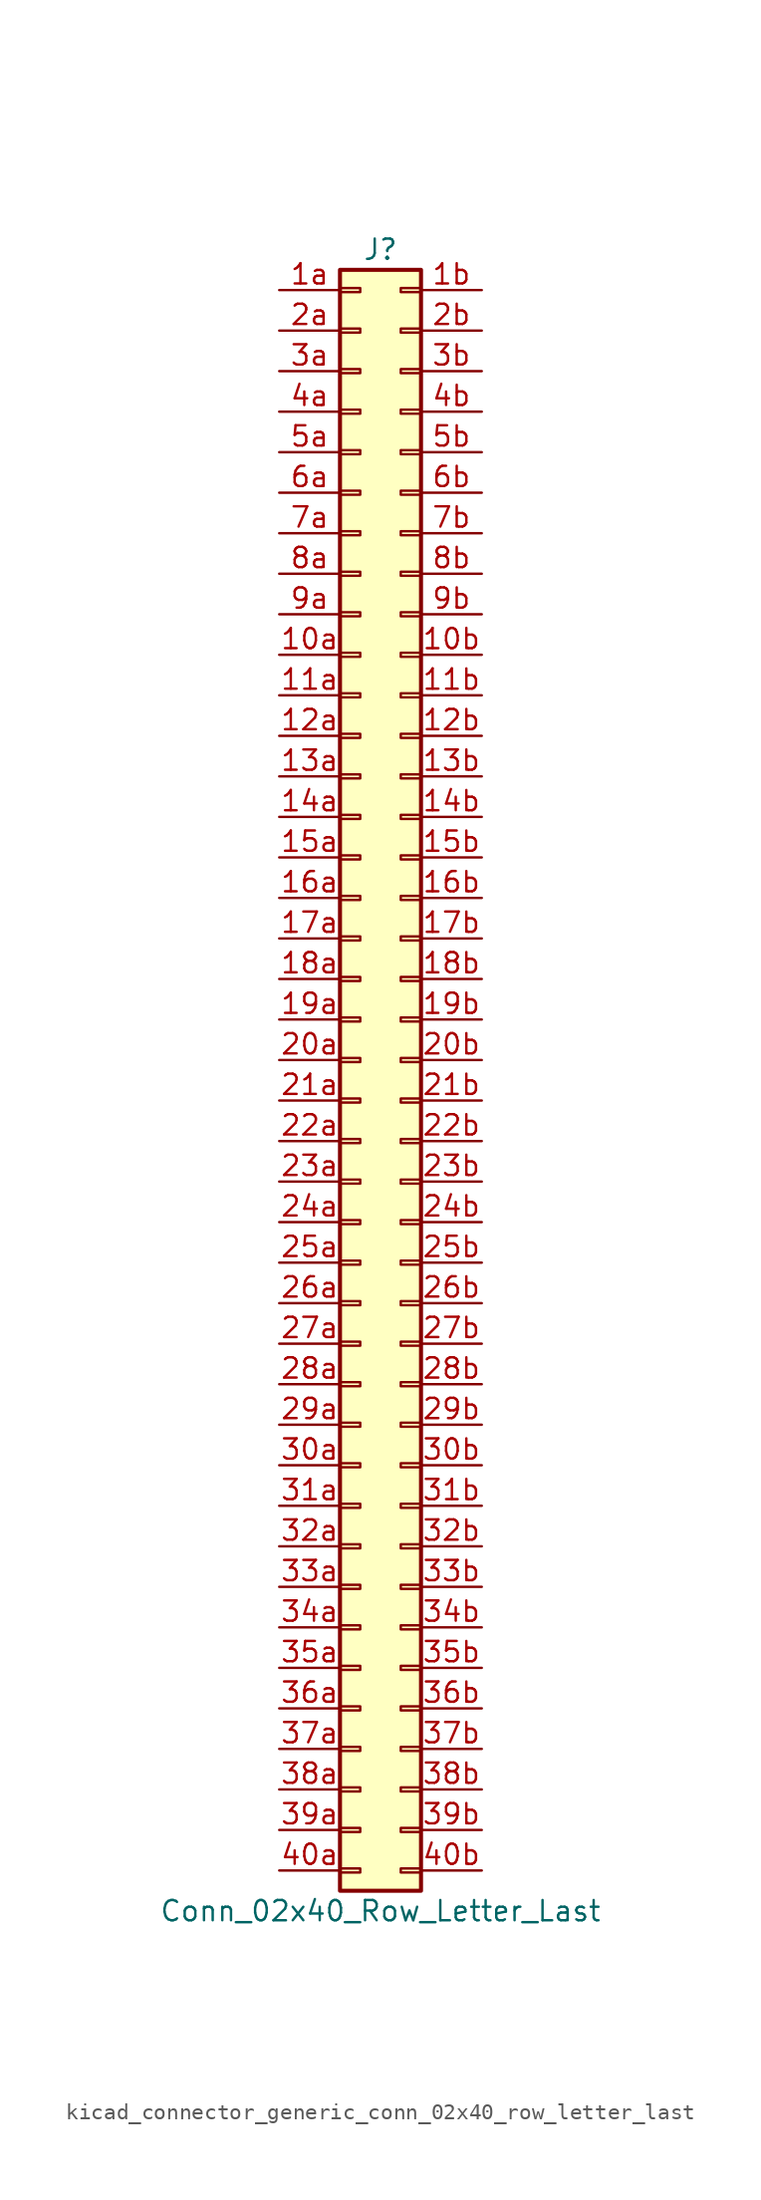
<source format=kicad_sym>
(kicad_symbol_lib
  (version 20220914)
  (generator kicad_symbol_editor)
  (symbol "kicad_connector_generic_conn_02x40_row_letter_last"
    (pin_names
      (offset 1.016) hide)
    (property "Reference" "J"
      (at 1.27 50.8 0)
      (effects (font (size 1.27 1.27))))
    (property "Value" "Conn_02x40_Row_Letter_Last"
      (at 1.27 -53.34 0)
      (effects (font (size 1.27 1.27))))
    (symbol "kicad_connector_generic_conn_02x40_row_letter_last_1_1"
      (rectangle (start -1.27 -50.673) (end 0 -50.927) (stroke (width 0.152) (type default)) (fill (type none)))
      (rectangle (start -1.27 -48.133) (end 0 -48.387) (stroke (width 0.152) (type default)) (fill (type none)))
      (rectangle (start -1.27 -45.593) (end 0 -45.847) (stroke (width 0.152) (type default)) (fill (type none)))
      (rectangle (start -1.27 -43.053) (end 0 -43.307) (stroke (width 0.152) (type default)) (fill (type none)))
      (rectangle (start -1.27 -40.513) (end 0 -40.767) (stroke (width 0.152) (type default)) (fill (type none)))
      (rectangle (start -1.27 -37.973) (end 0 -38.227) (stroke (width 0.152) (type default)) (fill (type none)))
      (rectangle (start -1.27 -35.433) (end 0 -35.687) (stroke (width 0.152) (type default)) (fill (type none)))
      (rectangle (start -1.27 -32.893) (end 0 -33.147) (stroke (width 0.152) (type default)) (fill (type none)))
      (rectangle (start -1.27 -30.353) (end 0 -30.607) (stroke (width 0.152) (type default)) (fill (type none)))
      (rectangle (start -1.27 -27.813) (end 0 -28.067) (stroke (width 0.152) (type default)) (fill (type none)))
      (rectangle (start -1.27 -25.273) (end 0 -25.527) (stroke (width 0.152) (type default)) (fill (type none)))
      (rectangle (start -1.27 -22.733) (end 0 -22.987) (stroke (width 0.152) (type default)) (fill (type none)))
      (rectangle (start -1.27 -20.193) (end 0 -20.447) (stroke (width 0.152) (type default)) (fill (type none)))
      (rectangle (start -1.27 -17.653) (end 0 -17.907) (stroke (width 0.152) (type default)) (fill (type none)))
      (rectangle (start -1.27 -15.113) (end 0 -15.367) (stroke (width 0.152) (type default)) (fill (type none)))
      (rectangle (start -1.27 -12.573) (end 0 -12.827) (stroke (width 0.152) (type default)) (fill (type none)))
      (rectangle (start -1.27 -10.033) (end 0 -10.287) (stroke (width 0.152) (type default)) (fill (type none)))
      (rectangle (start -1.27 -7.493) (end 0 -7.747) (stroke (width 0.152) (type default)) (fill (type none)))
      (rectangle (start -1.27 -4.953) (end 0 -5.207) (stroke (width 0.152) (type default)) (fill (type none)))
      (rectangle (start -1.27 -2.413) (end 0 -2.667) (stroke (width 0.152) (type default)) (fill (type none)))
      (rectangle (start -1.27 0.127) (end 0 -0.127) (stroke (width 0.152) (type default)) (fill (type none)))
      (rectangle (start -1.27 2.667) (end 0 2.413) (stroke (width 0.152) (type default)) (fill (type none)))
      (rectangle (start -1.27 5.207) (end 0 4.953) (stroke (width 0.152) (type default)) (fill (type none)))
      (rectangle (start -1.27 7.747) (end 0 7.493) (stroke (width 0.152) (type default)) (fill (type none)))
      (rectangle (start -1.27 10.287) (end 0 10.033) (stroke (width 0.152) (type default)) (fill (type none)))
      (rectangle (start -1.27 12.827) (end 0 12.573) (stroke (width 0.152) (type default)) (fill (type none)))
      (rectangle (start -1.27 15.367) (end 0 15.113) (stroke (width 0.152) (type default)) (fill (type none)))
      (rectangle (start -1.27 17.907) (end 0 17.653) (stroke (width 0.152) (type default)) (fill (type none)))
      (rectangle (start -1.27 20.447) (end 0 20.193) (stroke (width 0.152) (type default)) (fill (type none)))
      (rectangle (start -1.27 22.987) (end 0 22.733) (stroke (width 0.152) (type default)) (fill (type none)))
      (rectangle (start -1.27 25.527) (end 0 25.273) (stroke (width 0.152) (type default)) (fill (type none)))
      (rectangle (start -1.27 28.067) (end 0 27.813) (stroke (width 0.152) (type default)) (fill (type none)))
      (rectangle (start -1.27 30.607) (end 0 30.353) (stroke (width 0.152) (type default)) (fill (type none)))
      (rectangle (start -1.27 33.147) (end 0 32.893) (stroke (width 0.152) (type default)) (fill (type none)))
      (rectangle (start -1.27 35.687) (end 0 35.433) (stroke (width 0.152) (type default)) (fill (type none)))
      (rectangle (start -1.27 38.227) (end 0 37.973) (stroke (width 0.152) (type default)) (fill (type none)))
      (rectangle (start -1.27 40.767) (end 0 40.513) (stroke (width 0.152) (type default)) (fill (type none)))
      (rectangle (start -1.27 43.307) (end 0 43.053) (stroke (width 0.152) (type default)) (fill (type none)))
      (rectangle (start -1.27 45.847) (end 0 45.593) (stroke (width 0.152) (type default)) (fill (type none)))
      (rectangle (start -1.27 48.387) (end 0 48.133) (stroke (width 0.152) (type default)) (fill (type none)))
      (rectangle (start -1.27 49.53) (end 3.81 -52.07) (stroke (width 0.254) (type default)) (fill (type background)))
      (rectangle (start 3.81 -50.673) (end 2.54 -50.927) (stroke (width 0.152) (type default)) (fill (type none)))
      (rectangle (start 3.81 -48.133) (end 2.54 -48.387) (stroke (width 0.152) (type default)) (fill (type none)))
      (rectangle (start 3.81 -45.593) (end 2.54 -45.847) (stroke (width 0.152) (type default)) (fill (type none)))
      (rectangle (start 3.81 -43.053) (end 2.54 -43.307) (stroke (width 0.152) (type default)) (fill (type none)))
      (rectangle (start 3.81 -40.513) (end 2.54 -40.767) (stroke (width 0.152) (type default)) (fill (type none)))
      (rectangle (start 3.81 -37.973) (end 2.54 -38.227) (stroke (width 0.152) (type default)) (fill (type none)))
      (rectangle (start 3.81 -35.433) (end 2.54 -35.687) (stroke (width 0.152) (type default)) (fill (type none)))
      (rectangle (start 3.81 -32.893) (end 2.54 -33.147) (stroke (width 0.152) (type default)) (fill (type none)))
      (rectangle (start 3.81 -30.353) (end 2.54 -30.607) (stroke (width 0.152) (type default)) (fill (type none)))
      (rectangle (start 3.81 -27.813) (end 2.54 -28.067) (stroke (width 0.152) (type default)) (fill (type none)))
      (rectangle (start 3.81 -25.273) (end 2.54 -25.527) (stroke (width 0.152) (type default)) (fill (type none)))
      (rectangle (start 3.81 -22.733) (end 2.54 -22.987) (stroke (width 0.152) (type default)) (fill (type none)))
      (rectangle (start 3.81 -20.193) (end 2.54 -20.447) (stroke (width 0.152) (type default)) (fill (type none)))
      (rectangle (start 3.81 -17.653) (end 2.54 -17.907) (stroke (width 0.152) (type default)) (fill (type none)))
      (rectangle (start 3.81 -15.113) (end 2.54 -15.367) (stroke (width 0.152) (type default)) (fill (type none)))
      (rectangle (start 3.81 -12.573) (end 2.54 -12.827) (stroke (width 0.152) (type default)) (fill (type none)))
      (rectangle (start 3.81 -10.033) (end 2.54 -10.287) (stroke (width 0.152) (type default)) (fill (type none)))
      (rectangle (start 3.81 -7.493) (end 2.54 -7.747) (stroke (width 0.152) (type default)) (fill (type none)))
      (rectangle (start 3.81 -4.953) (end 2.54 -5.207) (stroke (width 0.152) (type default)) (fill (type none)))
      (rectangle (start 3.81 -2.413) (end 2.54 -2.667) (stroke (width 0.152) (type default)) (fill (type none)))
      (rectangle (start 3.81 0.127) (end 2.54 -0.127) (stroke (width 0.152) (type default)) (fill (type none)))
      (rectangle (start 3.81 2.667) (end 2.54 2.413) (stroke (width 0.152) (type default)) (fill (type none)))
      (rectangle (start 3.81 5.207) (end 2.54 4.953) (stroke (width 0.152) (type default)) (fill (type none)))
      (rectangle (start 3.81 7.747) (end 2.54 7.493) (stroke (width 0.152) (type default)) (fill (type none)))
      (rectangle (start 3.81 10.287) (end 2.54 10.033) (stroke (width 0.152) (type default)) (fill (type none)))
      (rectangle (start 3.81 12.827) (end 2.54 12.573) (stroke (width 0.152) (type default)) (fill (type none)))
      (rectangle (start 3.81 15.367) (end 2.54 15.113) (stroke (width 0.152) (type default)) (fill (type none)))
      (rectangle (start 3.81 17.907) (end 2.54 17.653) (stroke (width 0.152) (type default)) (fill (type none)))
      (rectangle (start 3.81 20.447) (end 2.54 20.193) (stroke (width 0.152) (type default)) (fill (type none)))
      (rectangle (start 3.81 22.987) (end 2.54 22.733) (stroke (width 0.152) (type default)) (fill (type none)))
      (rectangle (start 3.81 25.527) (end 2.54 25.273) (stroke (width 0.152) (type default)) (fill (type none)))
      (rectangle (start 3.81 28.067) (end 2.54 27.813) (stroke (width 0.152) (type default)) (fill (type none)))
      (rectangle (start 3.81 30.607) (end 2.54 30.353) (stroke (width 0.152) (type default)) (fill (type none)))
      (rectangle (start 3.81 33.147) (end 2.54 32.893) (stroke (width 0.152) (type default)) (fill (type none)))
      (rectangle (start 3.81 35.687) (end 2.54 35.433) (stroke (width 0.152) (type default)) (fill (type none)))
      (rectangle (start 3.81 38.227) (end 2.54 37.973) (stroke (width 0.152) (type default)) (fill (type none)))
      (rectangle (start 3.81 40.767) (end 2.54 40.513) (stroke (width 0.152) (type default)) (fill (type none)))
      (rectangle (start 3.81 43.307) (end 2.54 43.053) (stroke (width 0.152) (type default)) (fill (type none)))
      (rectangle (start 3.81 45.847) (end 2.54 45.593) (stroke (width 0.152) (type default)) (fill (type none)))
      (rectangle (start 3.81 48.387) (end 2.54 48.133) (stroke (width 0.152) (type default)) (fill (type none)))
      (pin passive line (at -5.08 25.4 0) (length 3.81) (name "Pin_10a" (effects (font (size 1.27 1.27)))) (number "10a" (effects (font (size 1.27 1.27)))))
      (pin passive line (at 7.62 25.4 180) (length 3.81) (name "Pin_10b" (effects (font (size 1.27 1.27)))) (number "10b" (effects (font (size 1.27 1.27)))))
      (pin passive line (at -5.08 22.86 0) (length 3.81) (name "Pin_11a" (effects (font (size 1.27 1.27)))) (number "11a" (effects (font (size 1.27 1.27)))))
      (pin passive line (at 7.62 22.86 180) (length 3.81) (name "Pin_11b" (effects (font (size 1.27 1.27)))) (number "11b" (effects (font (size 1.27 1.27)))))
      (pin passive line (at -5.08 20.32 0) (length 3.81) (name "Pin_12a" (effects (font (size 1.27 1.27)))) (number "12a" (effects (font (size 1.27 1.27)))))
      (pin passive line (at 7.62 20.32 180) (length 3.81) (name "Pin_12b" (effects (font (size 1.27 1.27)))) (number "12b" (effects (font (size 1.27 1.27)))))
      (pin passive line (at -5.08 17.78 0) (length 3.81) (name "Pin_13a" (effects (font (size 1.27 1.27)))) (number "13a" (effects (font (size 1.27 1.27)))))
      (pin passive line (at 7.62 17.78 180) (length 3.81) (name "Pin_13b" (effects (font (size 1.27 1.27)))) (number "13b" (effects (font (size 1.27 1.27)))))
      (pin passive line (at -5.08 15.24 0) (length 3.81) (name "Pin_14a" (effects (font (size 1.27 1.27)))) (number "14a" (effects (font (size 1.27 1.27)))))
      (pin passive line (at 7.62 15.24 180) (length 3.81) (name "Pin_14b" (effects (font (size 1.27 1.27)))) (number "14b" (effects (font (size 1.27 1.27)))))
      (pin passive line (at -5.08 12.7 0) (length 3.81) (name "Pin_15a" (effects (font (size 1.27 1.27)))) (number "15a" (effects (font (size 1.27 1.27)))))
      (pin passive line (at 7.62 12.7 180) (length 3.81) (name "Pin_15b" (effects (font (size 1.27 1.27)))) (number "15b" (effects (font (size 1.27 1.27)))))
      (pin passive line (at -5.08 10.16 0) (length 3.81) (name "Pin_16a" (effects (font (size 1.27 1.27)))) (number "16a" (effects (font (size 1.27 1.27)))))
      (pin passive line (at 7.62 10.16 180) (length 3.81) (name "Pin_16b" (effects (font (size 1.27 1.27)))) (number "16b" (effects (font (size 1.27 1.27)))))
      (pin passive line (at -5.08 7.62 0) (length 3.81) (name "Pin_17a" (effects (font (size 1.27 1.27)))) (number "17a" (effects (font (size 1.27 1.27)))))
      (pin passive line (at 7.62 7.62 180) (length 3.81) (name "Pin_17b" (effects (font (size 1.27 1.27)))) (number "17b" (effects (font (size 1.27 1.27)))))
      (pin passive line (at -5.08 5.08 0) (length 3.81) (name "Pin_18a" (effects (font (size 1.27 1.27)))) (number "18a" (effects (font (size 1.27 1.27)))))
      (pin passive line (at 7.62 5.08 180) (length 3.81) (name "Pin_18b" (effects (font (size 1.27 1.27)))) (number "18b" (effects (font (size 1.27 1.27)))))
      (pin passive line (at -5.08 2.54 0) (length 3.81) (name "Pin_19a" (effects (font (size 1.27 1.27)))) (number "19a" (effects (font (size 1.27 1.27)))))
      (pin passive line (at 7.62 2.54 180) (length 3.81) (name "Pin_19b" (effects (font (size 1.27 1.27)))) (number "19b" (effects (font (size 1.27 1.27)))))
      (pin passive line (at -5.08 48.26 0) (length 3.81) (name "Pin_1a" (effects (font (size 1.27 1.27)))) (number "1a" (effects (font (size 1.27 1.27)))))
      (pin passive line (at 7.62 48.26 180) (length 3.81) (name "Pin_1b" (effects (font (size 1.27 1.27)))) (number "1b" (effects (font (size 1.27 1.27)))))
      (pin passive line (at -5.08 0 0) (length 3.81) (name "Pin_20a" (effects (font (size 1.27 1.27)))) (number "20a" (effects (font (size 1.27 1.27)))))
      (pin passive line (at 7.62 0 180) (length 3.81) (name "Pin_20b" (effects (font (size 1.27 1.27)))) (number "20b" (effects (font (size 1.27 1.27)))))
      (pin passive line (at -5.08 -2.54 0) (length 3.81) (name "Pin_21a" (effects (font (size 1.27 1.27)))) (number "21a" (effects (font (size 1.27 1.27)))))
      (pin passive line (at 7.62 -2.54 180) (length 3.81) (name "Pin_21b" (effects (font (size 1.27 1.27)))) (number "21b" (effects (font (size 1.27 1.27)))))
      (pin passive line (at -5.08 -5.08 0) (length 3.81) (name "Pin_22a" (effects (font (size 1.27 1.27)))) (number "22a" (effects (font (size 1.27 1.27)))))
      (pin passive line (at 7.62 -5.08 180) (length 3.81) (name "Pin_22b" (effects (font (size 1.27 1.27)))) (number "22b" (effects (font (size 1.27 1.27)))))
      (pin passive line (at -5.08 -7.62 0) (length 3.81) (name "Pin_23a" (effects (font (size 1.27 1.27)))) (number "23a" (effects (font (size 1.27 1.27)))))
      (pin passive line (at 7.62 -7.62 180) (length 3.81) (name "Pin_23b" (effects (font (size 1.27 1.27)))) (number "23b" (effects (font (size 1.27 1.27)))))
      (pin passive line (at -5.08 -10.16 0) (length 3.81) (name "Pin_24a" (effects (font (size 1.27 1.27)))) (number "24a" (effects (font (size 1.27 1.27)))))
      (pin passive line (at 7.62 -10.16 180) (length 3.81) (name "Pin_24b" (effects (font (size 1.27 1.27)))) (number "24b" (effects (font (size 1.27 1.27)))))
      (pin passive line (at -5.08 -12.7 0) (length 3.81) (name "Pin_25a" (effects (font (size 1.27 1.27)))) (number "25a" (effects (font (size 1.27 1.27)))))
      (pin passive line (at 7.62 -12.7 180) (length 3.81) (name "Pin_25b" (effects (font (size 1.27 1.27)))) (number "25b" (effects (font (size 1.27 1.27)))))
      (pin passive line (at -5.08 -15.24 0) (length 3.81) (name "Pin_26a" (effects (font (size 1.27 1.27)))) (number "26a" (effects (font (size 1.27 1.27)))))
      (pin passive line (at 7.62 -15.24 180) (length 3.81) (name "Pin_26b" (effects (font (size 1.27 1.27)))) (number "26b" (effects (font (size 1.27 1.27)))))
      (pin passive line (at -5.08 -17.78 0) (length 3.81) (name "Pin_27a" (effects (font (size 1.27 1.27)))) (number "27a" (effects (font (size 1.27 1.27)))))
      (pin passive line (at 7.62 -17.78 180) (length 3.81) (name "Pin_27b" (effects (font (size 1.27 1.27)))) (number "27b" (effects (font (size 1.27 1.27)))))
      (pin passive line (at -5.08 -20.32 0) (length 3.81) (name "Pin_28a" (effects (font (size 1.27 1.27)))) (number "28a" (effects (font (size 1.27 1.27)))))
      (pin passive line (at 7.62 -20.32 180) (length 3.81) (name "Pin_28b" (effects (font (size 1.27 1.27)))) (number "28b" (effects (font (size 1.27 1.27)))))
      (pin passive line (at -5.08 -22.86 0) (length 3.81) (name "Pin_29a" (effects (font (size 1.27 1.27)))) (number "29a" (effects (font (size 1.27 1.27)))))
      (pin passive line (at 7.62 -22.86 180) (length 3.81) (name "Pin_29b" (effects (font (size 1.27 1.27)))) (number "29b" (effects (font (size 1.27 1.27)))))
      (pin passive line (at -5.08 45.72 0) (length 3.81) (name "Pin_2a" (effects (font (size 1.27 1.27)))) (number "2a" (effects (font (size 1.27 1.27)))))
      (pin passive line (at 7.62 45.72 180) (length 3.81) (name "Pin_2b" (effects (font (size 1.27 1.27)))) (number "2b" (effects (font (size 1.27 1.27)))))
      (pin passive line (at -5.08 -25.4 0) (length 3.81) (name "Pin_30a" (effects (font (size 1.27 1.27)))) (number "30a" (effects (font (size 1.27 1.27)))))
      (pin passive line (at 7.62 -25.4 180) (length 3.81) (name "Pin_30b" (effects (font (size 1.27 1.27)))) (number "30b" (effects (font (size 1.27 1.27)))))
      (pin passive line (at -5.08 -27.94 0) (length 3.81) (name "Pin_31a" (effects (font (size 1.27 1.27)))) (number "31a" (effects (font (size 1.27 1.27)))))
      (pin passive line (at 7.62 -27.94 180) (length 3.81) (name "Pin_31b" (effects (font (size 1.27 1.27)))) (number "31b" (effects (font (size 1.27 1.27)))))
      (pin passive line (at -5.08 -30.48 0) (length 3.81) (name "Pin_32a" (effects (font (size 1.27 1.27)))) (number "32a" (effects (font (size 1.27 1.27)))))
      (pin passive line (at 7.62 -30.48 180) (length 3.81) (name "Pin_32b" (effects (font (size 1.27 1.27)))) (number "32b" (effects (font (size 1.27 1.27)))))
      (pin passive line (at -5.08 -33.02 0) (length 3.81) (name "Pin_33a" (effects (font (size 1.27 1.27)))) (number "33a" (effects (font (size 1.27 1.27)))))
      (pin passive line (at 7.62 -33.02 180) (length 3.81) (name "Pin_33b" (effects (font (size 1.27 1.27)))) (number "33b" (effects (font (size 1.27 1.27)))))
      (pin passive line (at -5.08 -35.56 0) (length 3.81) (name "Pin_34a" (effects (font (size 1.27 1.27)))) (number "34a" (effects (font (size 1.27 1.27)))))
      (pin passive line (at 7.62 -35.56 180) (length 3.81) (name "Pin_34b" (effects (font (size 1.27 1.27)))) (number "34b" (effects (font (size 1.27 1.27)))))
      (pin passive line (at -5.08 -38.1 0) (length 3.81) (name "Pin_35a" (effects (font (size 1.27 1.27)))) (number "35a" (effects (font (size 1.27 1.27)))))
      (pin passive line (at 7.62 -38.1 180) (length 3.81) (name "Pin_35b" (effects (font (size 1.27 1.27)))) (number "35b" (effects (font (size 1.27 1.27)))))
      (pin passive line (at -5.08 -40.64 0) (length 3.81) (name "Pin_36a" (effects (font (size 1.27 1.27)))) (number "36a" (effects (font (size 1.27 1.27)))))
      (pin passive line (at 7.62 -40.64 180) (length 3.81) (name "Pin_36b" (effects (font (size 1.27 1.27)))) (number "36b" (effects (font (size 1.27 1.27)))))
      (pin passive line (at -5.08 -43.18 0) (length 3.81) (name "Pin_37a" (effects (font (size 1.27 1.27)))) (number "37a" (effects (font (size 1.27 1.27)))))
      (pin passive line (at 7.62 -43.18 180) (length 3.81) (name "Pin_37b" (effects (font (size 1.27 1.27)))) (number "37b" (effects (font (size 1.27 1.27)))))
      (pin passive line (at -5.08 -45.72 0) (length 3.81) (name "Pin_38a" (effects (font (size 1.27 1.27)))) (number "38a" (effects (font (size 1.27 1.27)))))
      (pin passive line (at 7.62 -45.72 180) (length 3.81) (name "Pin_38b" (effects (font (size 1.27 1.27)))) (number "38b" (effects (font (size 1.27 1.27)))))
      (pin passive line (at -5.08 -48.26 0) (length 3.81) (name "Pin_39a" (effects (font (size 1.27 1.27)))) (number "39a" (effects (font (size 1.27 1.27)))))
      (pin passive line (at 7.62 -48.26 180) (length 3.81) (name "Pin_39b" (effects (font (size 1.27 1.27)))) (number "39b" (effects (font (size 1.27 1.27)))))
      (pin passive line (at -5.08 43.18 0) (length 3.81) (name "Pin_3a" (effects (font (size 1.27 1.27)))) (number "3a" (effects (font (size 1.27 1.27)))))
      (pin passive line (at 7.62 43.18 180) (length 3.81) (name "Pin_3b" (effects (font (size 1.27 1.27)))) (number "3b" (effects (font (size 1.27 1.27)))))
      (pin passive line (at -5.08 -50.8 0) (length 3.81) (name "Pin_40a" (effects (font (size 1.27 1.27)))) (number "40a" (effects (font (size 1.27 1.27)))))
      (pin passive line (at 7.62 -50.8 180) (length 3.81) (name "Pin_40b" (effects (font (size 1.27 1.27)))) (number "40b" (effects (font (size 1.27 1.27)))))
      (pin passive line (at -5.08 40.64 0) (length 3.81) (name "Pin_4a" (effects (font (size 1.27 1.27)))) (number "4a" (effects (font (size 1.27 1.27)))))
      (pin passive line (at 7.62 40.64 180) (length 3.81) (name "Pin_4b" (effects (font (size 1.27 1.27)))) (number "4b" (effects (font (size 1.27 1.27)))))
      (pin passive line (at -5.08 38.1 0) (length 3.81) (name "Pin_5a" (effects (font (size 1.27 1.27)))) (number "5a" (effects (font (size 1.27 1.27)))))
      (pin passive line (at 7.62 38.1 180) (length 3.81) (name "Pin_5b" (effects (font (size 1.27 1.27)))) (number "5b" (effects (font (size 1.27 1.27)))))
      (pin passive line (at -5.08 35.56 0) (length 3.81) (name "Pin_6a" (effects (font (size 1.27 1.27)))) (number "6a" (effects (font (size 1.27 1.27)))))
      (pin passive line (at 7.62 35.56 180) (length 3.81) (name "Pin_6b" (effects (font (size 1.27 1.27)))) (number "6b" (effects (font (size 1.27 1.27)))))
      (pin passive line (at -5.08 33.02 0) (length 3.81) (name "Pin_7a" (effects (font (size 1.27 1.27)))) (number "7a" (effects (font (size 1.27 1.27)))))
      (pin passive line (at 7.62 33.02 180) (length 3.81) (name "Pin_7b" (effects (font (size 1.27 1.27)))) (number "7b" (effects (font (size 1.27 1.27)))))
      (pin passive line (at -5.08 30.48 0) (length 3.81) (name "Pin_8a" (effects (font (size 1.27 1.27)))) (number "8a" (effects (font (size 1.27 1.27)))))
      (pin passive line (at 7.62 30.48 180) (length 3.81) (name "Pin_8b" (effects (font (size 1.27 1.27)))) (number "8b" (effects (font (size 1.27 1.27)))))
      (pin passive line (at -5.08 27.94 0) (length 3.81) (name "Pin_9a" (effects (font (size 1.27 1.27)))) (number "9a" (effects (font (size 1.27 1.27)))))
      (pin passive line (at 7.62 27.94 180) (length 3.81) (name "Pin_9b" (effects (font (size 1.27 1.27)))) (number "9b" (effects (font (size 1.27 1.27))))))))
</source>
